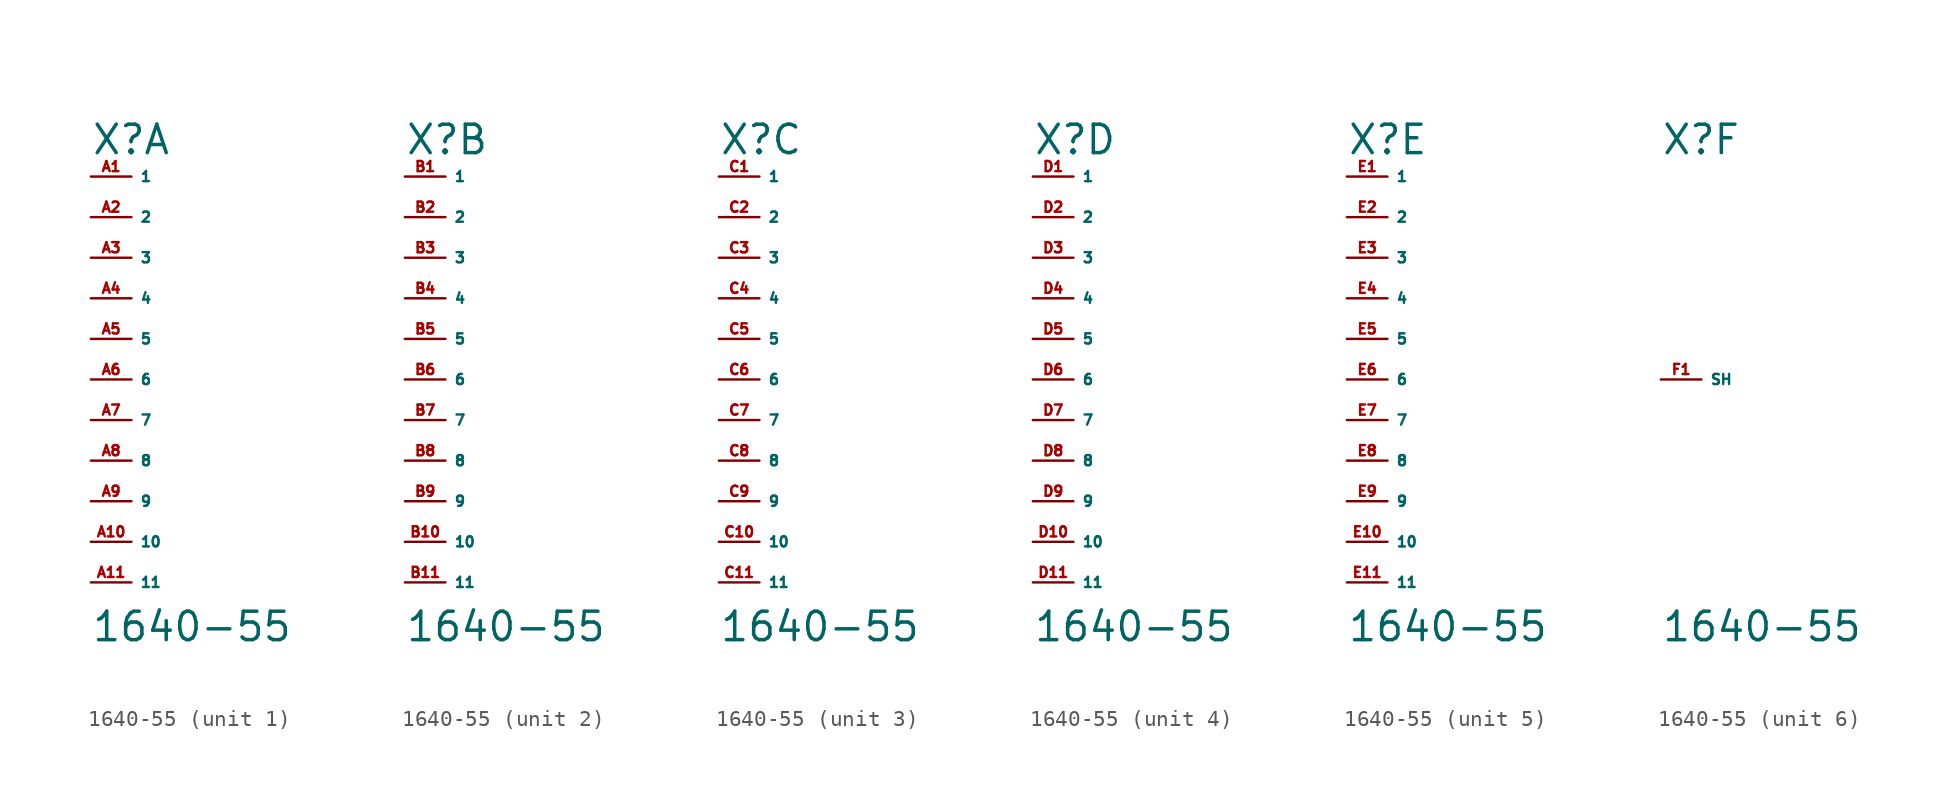
<source format=kicad_sym>
(kicad_symbol_lib
  (version 20220914)
  (generator Eagle2Kicad)
  (symbol "1640-55"
    (property "Reference" "X"
      (at -2.54 13.97 0)
      (effects (font (size 1.778 1.778) (thickness 0.22)) (justify left bottom)))
    (property "Value" "1640-55"
      (at -2.54 -16.51 0)
      (effects (font (size 1.778 1.778) (thickness 0.22)) (justify left bottom)))
    (symbol "1640-55_1_0"
      (pin passive line (at -2.54 12.7 0) (length 2.54) (name "1" (effects (font (size 0.635 0.635) (thickness 0.08)) (justify left bottom))) (number "A1" (effects (font (size 0.635 0.635) (thickness 0.08)) (justify left bottom))))
      (pin passive line (at -2.54 10.16 0) (length 2.54) (name "2" (effects (font (size 0.635 0.635) (thickness 0.08)) (justify left bottom))) (number "A2" (effects (font (size 0.635 0.635) (thickness 0.08)) (justify left bottom))))
      (pin passive line (at -2.54 7.62 0) (length 2.54) (name "3" (effects (font (size 0.635 0.635) (thickness 0.08)) (justify left bottom))) (number "A3" (effects (font (size 0.635 0.635) (thickness 0.08)) (justify left bottom))))
      (pin passive line (at -2.54 5.08 0) (length 2.54) (name "4" (effects (font (size 0.635 0.635) (thickness 0.08)) (justify left bottom))) (number "A4" (effects (font (size 0.635 0.635) (thickness 0.08)) (justify left bottom))))
      (pin passive line (at -2.54 2.54 0) (length 2.54) (name "5" (effects (font (size 0.635 0.635) (thickness 0.08)) (justify left bottom))) (number "A5" (effects (font (size 0.635 0.635) (thickness 0.08)) (justify left bottom))))
      (pin passive line (at -2.54 0 0) (length 2.54) (name "6" (effects (font (size 0.635 0.635) (thickness 0.08)) (justify left bottom))) (number "A6" (effects (font (size 0.635 0.635) (thickness 0.08)) (justify left bottom))))
      (pin passive line (at -2.54 -2.54 0) (length 2.54) (name "7" (effects (font (size 0.635 0.635) (thickness 0.08)) (justify left bottom))) (number "A7" (effects (font (size 0.635 0.635) (thickness 0.08)) (justify left bottom))))
      (pin passive line (at -2.54 -5.08 0) (length 2.54) (name "8" (effects (font (size 0.635 0.635) (thickness 0.08)) (justify left bottom))) (number "A8" (effects (font (size 0.635 0.635) (thickness 0.08)) (justify left bottom))))
      (pin passive line (at -2.54 -7.62 0) (length 2.54) (name "9" (effects (font (size 0.635 0.635) (thickness 0.08)) (justify left bottom))) (number "A9" (effects (font (size 0.635 0.635) (thickness 0.08)) (justify left bottom))))
      (pin passive line (at -2.54 -10.16 0) (length 2.54) (name "10" (effects (font (size 0.635 0.635) (thickness 0.08)) (justify left bottom))) (number "A10" (effects (font (size 0.635 0.635) (thickness 0.08)) (justify left bottom))))
      (pin passive line (at -2.54 -12.7 0) (length 2.54) (name "11" (effects (font (size 0.635 0.635) (thickness 0.08)) (justify left bottom))) (number "A11" (effects (font (size 0.635 0.635) (thickness 0.08)) (justify left bottom)))))
    (symbol "1640-55_2_0"
      (pin passive line (at -2.54 12.7 0) (length 2.54) (name "1" (effects (font (size 0.635 0.635) (thickness 0.08)) (justify left bottom))) (number "B1" (effects (font (size 0.635 0.635) (thickness 0.08)) (justify left bottom))))
      (pin passive line (at -2.54 10.16 0) (length 2.54) (name "2" (effects (font (size 0.635 0.635) (thickness 0.08)) (justify left bottom))) (number "B2" (effects (font (size 0.635 0.635) (thickness 0.08)) (justify left bottom))))
      (pin passive line (at -2.54 7.62 0) (length 2.54) (name "3" (effects (font (size 0.635 0.635) (thickness 0.08)) (justify left bottom))) (number "B3" (effects (font (size 0.635 0.635) (thickness 0.08)) (justify left bottom))))
      (pin passive line (at -2.54 5.08 0) (length 2.54) (name "4" (effects (font (size 0.635 0.635) (thickness 0.08)) (justify left bottom))) (number "B4" (effects (font (size 0.635 0.635) (thickness 0.08)) (justify left bottom))))
      (pin passive line (at -2.54 2.54 0) (length 2.54) (name "5" (effects (font (size 0.635 0.635) (thickness 0.08)) (justify left bottom))) (number "B5" (effects (font (size 0.635 0.635) (thickness 0.08)) (justify left bottom))))
      (pin passive line (at -2.54 0 0) (length 2.54) (name "6" (effects (font (size 0.635 0.635) (thickness 0.08)) (justify left bottom))) (number "B6" (effects (font (size 0.635 0.635) (thickness 0.08)) (justify left bottom))))
      (pin passive line (at -2.54 -2.54 0) (length 2.54) (name "7" (effects (font (size 0.635 0.635) (thickness 0.08)) (justify left bottom))) (number "B7" (effects (font (size 0.635 0.635) (thickness 0.08)) (justify left bottom))))
      (pin passive line (at -2.54 -5.08 0) (length 2.54) (name "8" (effects (font (size 0.635 0.635) (thickness 0.08)) (justify left bottom))) (number "B8" (effects (font (size 0.635 0.635) (thickness 0.08)) (justify left bottom))))
      (pin passive line (at -2.54 -7.62 0) (length 2.54) (name "9" (effects (font (size 0.635 0.635) (thickness 0.08)) (justify left bottom))) (number "B9" (effects (font (size 0.635 0.635) (thickness 0.08)) (justify left bottom))))
      (pin passive line (at -2.54 -10.16 0) (length 2.54) (name "10" (effects (font (size 0.635 0.635) (thickness 0.08)) (justify left bottom))) (number "B10" (effects (font (size 0.635 0.635) (thickness 0.08)) (justify left bottom))))
      (pin passive line (at -2.54 -12.7 0) (length 2.54) (name "11" (effects (font (size 0.635 0.635) (thickness 0.08)) (justify left bottom))) (number "B11" (effects (font (size 0.635 0.635) (thickness 0.08)) (justify left bottom)))))
    (symbol "1640-55_3_0"
      (pin passive line (at -2.54 12.7 0) (length 2.54) (name "1" (effects (font (size 0.635 0.635) (thickness 0.08)) (justify left bottom))) (number "C1" (effects (font (size 0.635 0.635) (thickness 0.08)) (justify left bottom))))
      (pin passive line (at -2.54 10.16 0) (length 2.54) (name "2" (effects (font (size 0.635 0.635) (thickness 0.08)) (justify left bottom))) (number "C2" (effects (font (size 0.635 0.635) (thickness 0.08)) (justify left bottom))))
      (pin passive line (at -2.54 7.62 0) (length 2.54) (name "3" (effects (font (size 0.635 0.635) (thickness 0.08)) (justify left bottom))) (number "C3" (effects (font (size 0.635 0.635) (thickness 0.08)) (justify left bottom))))
      (pin passive line (at -2.54 5.08 0) (length 2.54) (name "4" (effects (font (size 0.635 0.635) (thickness 0.08)) (justify left bottom))) (number "C4" (effects (font (size 0.635 0.635) (thickness 0.08)) (justify left bottom))))
      (pin passive line (at -2.54 2.54 0) (length 2.54) (name "5" (effects (font (size 0.635 0.635) (thickness 0.08)) (justify left bottom))) (number "C5" (effects (font (size 0.635 0.635) (thickness 0.08)) (justify left bottom))))
      (pin passive line (at -2.54 0 0) (length 2.54) (name "6" (effects (font (size 0.635 0.635) (thickness 0.08)) (justify left bottom))) (number "C6" (effects (font (size 0.635 0.635) (thickness 0.08)) (justify left bottom))))
      (pin passive line (at -2.54 -2.54 0) (length 2.54) (name "7" (effects (font (size 0.635 0.635) (thickness 0.08)) (justify left bottom))) (number "C7" (effects (font (size 0.635 0.635) (thickness 0.08)) (justify left bottom))))
      (pin passive line (at -2.54 -5.08 0) (length 2.54) (name "8" (effects (font (size 0.635 0.635) (thickness 0.08)) (justify left bottom))) (number "C8" (effects (font (size 0.635 0.635) (thickness 0.08)) (justify left bottom))))
      (pin passive line (at -2.54 -7.62 0) (length 2.54) (name "9" (effects (font (size 0.635 0.635) (thickness 0.08)) (justify left bottom))) (number "C9" (effects (font (size 0.635 0.635) (thickness 0.08)) (justify left bottom))))
      (pin passive line (at -2.54 -10.16 0) (length 2.54) (name "10" (effects (font (size 0.635 0.635) (thickness 0.08)) (justify left bottom))) (number "C10" (effects (font (size 0.635 0.635) (thickness 0.08)) (justify left bottom))))
      (pin passive line (at -2.54 -12.7 0) (length 2.54) (name "11" (effects (font (size 0.635 0.635) (thickness 0.08)) (justify left bottom))) (number "C11" (effects (font (size 0.635 0.635) (thickness 0.08)) (justify left bottom)))))
    (symbol "1640-55_4_0"
      (pin passive line (at -2.54 12.7 0) (length 2.54) (name "1" (effects (font (size 0.635 0.635) (thickness 0.08)) (justify left bottom))) (number "D1" (effects (font (size 0.635 0.635) (thickness 0.08)) (justify left bottom))))
      (pin passive line (at -2.54 10.16 0) (length 2.54) (name "2" (effects (font (size 0.635 0.635) (thickness 0.08)) (justify left bottom))) (number "D2" (effects (font (size 0.635 0.635) (thickness 0.08)) (justify left bottom))))
      (pin passive line (at -2.54 7.62 0) (length 2.54) (name "3" (effects (font (size 0.635 0.635) (thickness 0.08)) (justify left bottom))) (number "D3" (effects (font (size 0.635 0.635) (thickness 0.08)) (justify left bottom))))
      (pin passive line (at -2.54 5.08 0) (length 2.54) (name "4" (effects (font (size 0.635 0.635) (thickness 0.08)) (justify left bottom))) (number "D4" (effects (font (size 0.635 0.635) (thickness 0.08)) (justify left bottom))))
      (pin passive line (at -2.54 2.54 0) (length 2.54) (name "5" (effects (font (size 0.635 0.635) (thickness 0.08)) (justify left bottom))) (number "D5" (effects (font (size 0.635 0.635) (thickness 0.08)) (justify left bottom))))
      (pin passive line (at -2.54 0 0) (length 2.54) (name "6" (effects (font (size 0.635 0.635) (thickness 0.08)) (justify left bottom))) (number "D6" (effects (font (size 0.635 0.635) (thickness 0.08)) (justify left bottom))))
      (pin passive line (at -2.54 -2.54 0) (length 2.54) (name "7" (effects (font (size 0.635 0.635) (thickness 0.08)) (justify left bottom))) (number "D7" (effects (font (size 0.635 0.635) (thickness 0.08)) (justify left bottom))))
      (pin passive line (at -2.54 -5.08 0) (length 2.54) (name "8" (effects (font (size 0.635 0.635) (thickness 0.08)) (justify left bottom))) (number "D8" (effects (font (size 0.635 0.635) (thickness 0.08)) (justify left bottom))))
      (pin passive line (at -2.54 -7.62 0) (length 2.54) (name "9" (effects (font (size 0.635 0.635) (thickness 0.08)) (justify left bottom))) (number "D9" (effects (font (size 0.635 0.635) (thickness 0.08)) (justify left bottom))))
      (pin passive line (at -2.54 -10.16 0) (length 2.54) (name "10" (effects (font (size 0.635 0.635) (thickness 0.08)) (justify left bottom))) (number "D10" (effects (font (size 0.635 0.635) (thickness 0.08)) (justify left bottom))))
      (pin passive line (at -2.54 -12.7 0) (length 2.54) (name "11" (effects (font (size 0.635 0.635) (thickness 0.08)) (justify left bottom))) (number "D11" (effects (font (size 0.635 0.635) (thickness 0.08)) (justify left bottom)))))
    (symbol "1640-55_5_0"
      (pin passive line (at -2.54 12.7 0) (length 2.54) (name "1" (effects (font (size 0.635 0.635) (thickness 0.08)) (justify left bottom))) (number "E1" (effects (font (size 0.635 0.635) (thickness 0.08)) (justify left bottom))))
      (pin passive line (at -2.54 10.16 0) (length 2.54) (name "2" (effects (font (size 0.635 0.635) (thickness 0.08)) (justify left bottom))) (number "E2" (effects (font (size 0.635 0.635) (thickness 0.08)) (justify left bottom))))
      (pin passive line (at -2.54 7.62 0) (length 2.54) (name "3" (effects (font (size 0.635 0.635) (thickness 0.08)) (justify left bottom))) (number "E3" (effects (font (size 0.635 0.635) (thickness 0.08)) (justify left bottom))))
      (pin passive line (at -2.54 5.08 0) (length 2.54) (name "4" (effects (font (size 0.635 0.635) (thickness 0.08)) (justify left bottom))) (number "E4" (effects (font (size 0.635 0.635) (thickness 0.08)) (justify left bottom))))
      (pin passive line (at -2.54 2.54 0) (length 2.54) (name "5" (effects (font (size 0.635 0.635) (thickness 0.08)) (justify left bottom))) (number "E5" (effects (font (size 0.635 0.635) (thickness 0.08)) (justify left bottom))))
      (pin passive line (at -2.54 0 0) (length 2.54) (name "6" (effects (font (size 0.635 0.635) (thickness 0.08)) (justify left bottom))) (number "E6" (effects (font (size 0.635 0.635) (thickness 0.08)) (justify left bottom))))
      (pin passive line (at -2.54 -2.54 0) (length 2.54) (name "7" (effects (font (size 0.635 0.635) (thickness 0.08)) (justify left bottom))) (number "E7" (effects (font (size 0.635 0.635) (thickness 0.08)) (justify left bottom))))
      (pin passive line (at -2.54 -5.08 0) (length 2.54) (name "8" (effects (font (size 0.635 0.635) (thickness 0.08)) (justify left bottom))) (number "E8" (effects (font (size 0.635 0.635) (thickness 0.08)) (justify left bottom))))
      (pin passive line (at -2.54 -7.62 0) (length 2.54) (name "9" (effects (font (size 0.635 0.635) (thickness 0.08)) (justify left bottom))) (number "E9" (effects (font (size 0.635 0.635) (thickness 0.08)) (justify left bottom))))
      (pin passive line (at -2.54 -10.16 0) (length 2.54) (name "10" (effects (font (size 0.635 0.635) (thickness 0.08)) (justify left bottom))) (number "E10" (effects (font (size 0.635 0.635) (thickness 0.08)) (justify left bottom))))
      (pin passive line (at -2.54 -12.7 0) (length 2.54) (name "11" (effects (font (size 0.635 0.635) (thickness 0.08)) (justify left bottom))) (number "E11" (effects (font (size 0.635 0.635) (thickness 0.08)) (justify left bottom)))))
    (symbol "1640-55_6_0"
      (pin passive line (at -2.54 0 0) (length 2.54) (name "SH" (effects (font (size 0.635 0.635) (thickness 0.08)) (justify left bottom))) (number "F1" (effects (font (size 0.635 0.635) (thickness 0.08)) (justify left bottom)))))))
</source>
